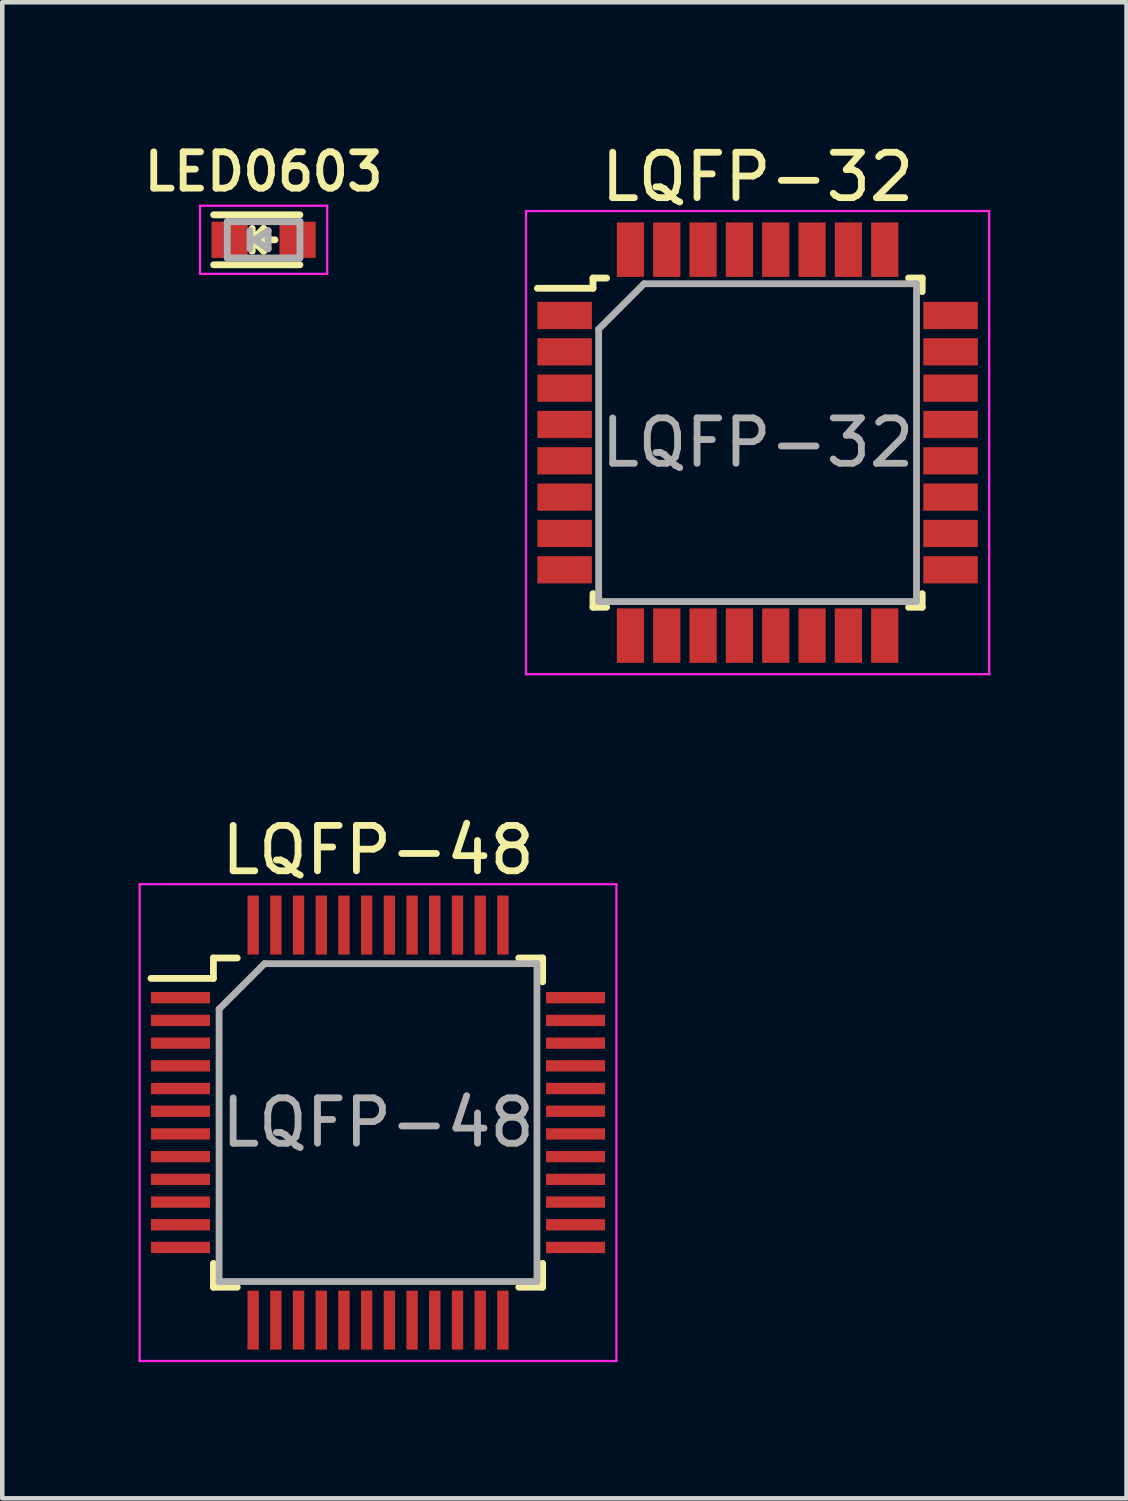
<source format=kicad_pcb>
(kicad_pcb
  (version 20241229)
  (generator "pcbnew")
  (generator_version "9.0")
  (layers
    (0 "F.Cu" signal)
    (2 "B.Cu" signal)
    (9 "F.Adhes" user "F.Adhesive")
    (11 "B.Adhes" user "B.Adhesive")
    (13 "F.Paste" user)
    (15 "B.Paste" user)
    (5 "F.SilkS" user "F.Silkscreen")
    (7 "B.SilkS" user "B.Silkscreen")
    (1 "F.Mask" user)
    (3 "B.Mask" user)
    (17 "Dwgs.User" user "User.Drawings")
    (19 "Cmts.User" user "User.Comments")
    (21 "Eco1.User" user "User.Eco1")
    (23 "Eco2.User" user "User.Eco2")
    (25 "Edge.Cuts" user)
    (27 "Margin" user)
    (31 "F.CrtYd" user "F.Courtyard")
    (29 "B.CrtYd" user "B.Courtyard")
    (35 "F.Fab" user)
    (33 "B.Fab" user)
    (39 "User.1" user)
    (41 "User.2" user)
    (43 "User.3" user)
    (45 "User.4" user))
  (footprint "LQFP-32"
    (layer "F.Cu")
    (at 13.634 6.698)
    (property "Reference" "LQFP-32" (at 0 -5.85 0) (layer "F.SilkS") (effects (font (size 1 1) (thickness 0.15))))
    (attr smd)
    (fp_line (start -3.625 -3.625) (end -3.625 -3.4) (stroke (width 0.15) (type solid)) (layer "F.SilkS"))
    (fp_line (start -3.625 -3.625) (end -3.325 -3.625) (stroke (width 0.15) (type solid)) (layer "F.SilkS"))
    (fp_line (start -3.625 -3.4) (end -4.85 -3.4) (stroke (width 0.15) (type solid)) (layer "F.SilkS"))
    (fp_line (start -3.625 3.625) (end -3.625 3.325) (stroke (width 0.15) (type solid)) (layer "F.SilkS"))
    (fp_line (start -3.625 3.625) (end -3.325 3.625) (stroke (width 0.15) (type solid)) (layer "F.SilkS"))
    (fp_line (start 3.625 -3.625) (end 3.325 -3.625) (stroke (width 0.15) (type solid)) (layer "F.SilkS"))
    (fp_line (start 3.625 -3.625) (end 3.625 -3.325) (stroke (width 0.15) (type solid)) (layer "F.SilkS"))
    (fp_line (start 3.625 3.625) (end 3.325 3.625) (stroke (width 0.15) (type solid)) (layer "F.SilkS"))
    (fp_line (start 3.625 3.625) (end 3.625 3.325) (stroke (width 0.15) (type solid)) (layer "F.SilkS"))
    (fp_line (start -5.1 -5.1) (end -5.1 5.1) (stroke (width 0.05) (type solid)) (layer "F.CrtYd"))
    (fp_line (start -5.1 -5.1) (end 5.1 -5.1) (stroke (width 0.05) (type solid)) (layer "F.CrtYd"))
    (fp_line (start -5.1 5.1) (end 5.1 5.1) (stroke (width 0.05) (type solid)) (layer "F.CrtYd"))
    (fp_line (start 5.1 -5.1) (end 5.1 5.1) (stroke (width 0.05) (type solid)) (layer "F.CrtYd"))
    (fp_line (start -3.5 -2.5) (end -2.5 -3.5) (stroke (width 0.15) (type solid)) (layer "F.Fab"))
    (fp_line (start -3.5 3.5) (end -3.5 -2.5) (stroke (width 0.15) (type solid)) (layer "F.Fab"))
    (fp_line (start -2.5 -3.5) (end 3.5 -3.5) (stroke (width 0.15) (type solid)) (layer "F.Fab"))
    (fp_line (start 3.5 -3.5) (end 3.5 3.5) (stroke (width 0.15) (type solid)) (layer "F.Fab"))
    (fp_line (start 3.5 3.5) (end -3.5 3.5) (stroke (width 0.15) (type solid)) (layer "F.Fab"))
    (fp_text user "${REFERENCE}" (at 0 0 0) (layer "F.Fab") (effects (font (size 1 1) (thickness 0.15))))
    (pad "1" smd rect (at -4.25 -2.8) (size 1.2 0.6) (layers "F.Cu" "F.Mask" "F.Paste"))
    (pad "2" smd rect (at -4.25 -2) (size 1.2 0.6) (layers "F.Cu" "F.Mask" "F.Paste"))
    (pad "3" smd rect (at -4.25 -1.2) (size 1.2 0.6) (layers "F.Cu" "F.Mask" "F.Paste"))
    (pad "4" smd rect (at -4.25 -0.4) (size 1.2 0.6) (layers "F.Cu" "F.Mask" "F.Paste"))
    (pad "5" smd rect (at -4.25 0.4) (size 1.2 0.6) (layers "F.Cu" "F.Mask" "F.Paste"))
    (pad "6" smd rect (at -4.25 1.2) (size 1.2 0.6) (layers "F.Cu" "F.Mask" "F.Paste"))
    (pad "7" smd rect (at -4.25 2) (size 1.2 0.6) (layers "F.Cu" "F.Mask" "F.Paste"))
    (pad "8" smd rect (at -4.25 2.8) (size 1.2 0.6) (layers "F.Cu" "F.Mask" "F.Paste"))
    (pad "9" smd rect (at -2.8 4.25 90) (size 1.2 0.6) (layers "F.Cu" "F.Mask" "F.Paste"))
    (pad "10" smd rect (at -2 4.25 90) (size 1.2 0.6) (layers "F.Cu" "F.Mask" "F.Paste"))
    (pad "11" smd rect (at -1.2 4.25 90) (size 1.2 0.6) (layers "F.Cu" "F.Mask" "F.Paste"))
    (pad "12" smd rect (at -0.4 4.25 90) (size 1.2 0.6) (layers "F.Cu" "F.Mask" "F.Paste"))
    (pad "13" smd rect (at 0.4 4.25 90) (size 1.2 0.6) (layers "F.Cu" "F.Mask" "F.Paste"))
    (pad "14" smd rect (at 1.2 4.25 90) (size 1.2 0.6) (layers "F.Cu" "F.Mask" "F.Paste"))
    (pad "15" smd rect (at 2 4.25 90) (size 1.2 0.6) (layers "F.Cu" "F.Mask" "F.Paste"))
    (pad "16" smd rect (at 2.8 4.25 90) (size 1.2 0.6) (layers "F.Cu" "F.Mask" "F.Paste"))
    (pad "17" smd rect (at 4.25 2.8) (size 1.2 0.6) (layers "F.Cu" "F.Mask" "F.Paste"))
    (pad "18" smd rect (at 4.25 2) (size 1.2 0.6) (layers "F.Cu" "F.Mask" "F.Paste"))
    (pad "19" smd rect (at 4.25 1.2) (size 1.2 0.6) (layers "F.Cu" "F.Mask" "F.Paste"))
    (pad "20" smd rect (at 4.25 0.4) (size 1.2 0.6) (layers "F.Cu" "F.Mask" "F.Paste"))
    (pad "21" smd rect (at 4.25 -0.4) (size 1.2 0.6) (layers "F.Cu" "F.Mask" "F.Paste"))
    (pad "22" smd rect (at 4.25 -1.2) (size 1.2 0.6) (layers "F.Cu" "F.Mask" "F.Paste"))
    (pad "23" smd rect (at 4.25 -2) (size 1.2 0.6) (layers "F.Cu" "F.Mask" "F.Paste"))
    (pad "24" smd rect (at 4.25 -2.8) (size 1.2 0.6) (layers "F.Cu" "F.Mask" "F.Paste"))
    (pad "25" smd rect (at 2.8 -4.25 90) (size 1.2 0.6) (layers "F.Cu" "F.Mask" "F.Paste"))
    (pad "26" smd rect (at 2 -4.25 90) (size 1.2 0.6) (layers "F.Cu" "F.Mask" "F.Paste"))
    (pad "27" smd rect (at 1.2 -4.25 90) (size 1.2 0.6) (layers "F.Cu" "F.Mask" "F.Paste"))
    (pad "28" smd rect (at 0.4 -4.25 90) (size 1.2 0.6) (layers "F.Cu" "F.Mask" "F.Paste"))
    (pad "29" smd rect (at -0.4 -4.25 90) (size 1.2 0.6) (layers "F.Cu" "F.Mask" "F.Paste"))
    (pad "30" smd rect (at -1.2 -4.25 90) (size 1.2 0.6) (layers "F.Cu" "F.Mask" "F.Paste"))
    (pad "31" smd rect (at -2 -4.25 90) (size 1.2 0.6) (layers "F.Cu" "F.Mask" "F.Paste"))
    (pad "32" smd rect (at -2.8 -4.25 90) (size 1.2 0.6) (layers "F.Cu" "F.Mask" "F.Paste")))
  (footprint "LQFP-48"
    (layer "F.Cu")
    (at 5.275 21.672)
    (property "Reference" "LQFP-48" (at 0 -6 0) (layer "F.SilkS") (effects (font (size 1 1) (thickness 0.15))))
    (attr smd)
    (fp_line (start -3.625 -3.625) (end -3.625 -3.175) (stroke (width 0.15) (type solid)) (layer "F.SilkS"))
    (fp_line (start -3.625 -3.625) (end -3.1 -3.625) (stroke (width 0.15) (type solid)) (layer "F.SilkS"))
    (fp_line (start -3.625 -3.175) (end -5 -3.175) (stroke (width 0.15) (type solid)) (layer "F.SilkS"))
    (fp_line (start -3.625 3.625) (end -3.625 3.1) (stroke (width 0.15) (type solid)) (layer "F.SilkS"))
    (fp_line (start -3.625 3.625) (end -3.1 3.625) (stroke (width 0.15) (type solid)) (layer "F.SilkS"))
    (fp_line (start 3.625 -3.625) (end 3.1 -3.625) (stroke (width 0.15) (type solid)) (layer "F.SilkS"))
    (fp_line (start 3.625 -3.625) (end 3.625 -3.1) (stroke (width 0.15) (type solid)) (layer "F.SilkS"))
    (fp_line (start 3.625 3.625) (end 3.1 3.625) (stroke (width 0.15) (type solid)) (layer "F.SilkS"))
    (fp_line (start 3.625 3.625) (end 3.625 3.1) (stroke (width 0.15) (type solid)) (layer "F.SilkS"))
    (fp_line (start -5.25 -5.25) (end -5.25 5.25) (stroke (width 0.05) (type solid)) (layer "F.CrtYd"))
    (fp_line (start -5.25 -5.25) (end 5.25 -5.25) (stroke (width 0.05) (type solid)) (layer "F.CrtYd"))
    (fp_line (start -5.25 5.25) (end 5.25 5.25) (stroke (width 0.05) (type solid)) (layer "F.CrtYd"))
    (fp_line (start 5.25 -5.25) (end 5.25 5.25) (stroke (width 0.05) (type solid)) (layer "F.CrtYd"))
    (fp_line (start -3.5 -2.5) (end -2.5 -3.5) (stroke (width 0.15) (type solid)) (layer "F.Fab"))
    (fp_line (start -3.5 3.5) (end -3.5 -2.5) (stroke (width 0.15) (type solid)) (layer "F.Fab"))
    (fp_line (start -2.5 -3.5) (end 3.5 -3.5) (stroke (width 0.15) (type solid)) (layer "F.Fab"))
    (fp_line (start 3.5 -3.5) (end 3.5 3.5) (stroke (width 0.15) (type solid)) (layer "F.Fab"))
    (fp_line (start 3.5 3.5) (end -3.5 3.5) (stroke (width 0.15) (type solid)) (layer "F.Fab"))
    (fp_text user "${REFERENCE}" (at 0 0 0) (layer "F.Fab") (effects (font (size 1 1) (thickness 0.15))))
    (pad "1" smd rect (at -4.35 -2.75) (size 1.3 0.25) (layers "F.Cu" "F.Mask" "F.Paste"))
    (pad "2" smd rect (at -4.35 -2.25) (size 1.3 0.25) (layers "F.Cu" "F.Mask" "F.Paste"))
    (pad "3" smd rect (at -4.35 -1.75) (size 1.3 0.25) (layers "F.Cu" "F.Mask" "F.Paste"))
    (pad "4" smd rect (at -4.35 -1.25) (size 1.3 0.25) (layers "F.Cu" "F.Mask" "F.Paste"))
    (pad "5" smd rect (at -4.35 -0.75) (size 1.3 0.25) (layers "F.Cu" "F.Mask" "F.Paste"))
    (pad "6" smd rect (at -4.35 -0.25) (size 1.3 0.25) (layers "F.Cu" "F.Mask" "F.Paste"))
    (pad "7" smd rect (at -4.35 0.25) (size 1.3 0.25) (layers "F.Cu" "F.Mask" "F.Paste"))
    (pad "8" smd rect (at -4.35 0.75) (size 1.3 0.25) (layers "F.Cu" "F.Mask" "F.Paste"))
    (pad "9" smd rect (at -4.35 1.25) (size 1.3 0.25) (layers "F.Cu" "F.Mask" "F.Paste"))
    (pad "10" smd rect (at -4.35 1.75) (size 1.3 0.25) (layers "F.Cu" "F.Mask" "F.Paste"))
    (pad "11" smd rect (at -4.35 2.25) (size 1.3 0.25) (layers "F.Cu" "F.Mask" "F.Paste"))
    (pad "12" smd rect (at -4.35 2.75) (size 1.3 0.25) (layers "F.Cu" "F.Mask" "F.Paste"))
    (pad "13" smd rect (at -2.75 4.35 90) (size 1.3 0.25) (layers "F.Cu" "F.Mask" "F.Paste"))
    (pad "14" smd rect (at -2.25 4.35 90) (size 1.3 0.25) (layers "F.Cu" "F.Mask" "F.Paste"))
    (pad "15" smd rect (at -1.75 4.35 90) (size 1.3 0.25) (layers "F.Cu" "F.Mask" "F.Paste"))
    (pad "16" smd rect (at -1.25 4.35 90) (size 1.3 0.25) (layers "F.Cu" "F.Mask" "F.Paste"))
    (pad "17" smd rect (at -0.75 4.35 90) (size 1.3 0.25) (layers "F.Cu" "F.Mask" "F.Paste"))
    (pad "18" smd rect (at -0.25 4.35 90) (size 1.3 0.25) (layers "F.Cu" "F.Mask" "F.Paste"))
    (pad "19" smd rect (at 0.25 4.35 90) (size 1.3 0.25) (layers "F.Cu" "F.Mask" "F.Paste"))
    (pad "20" smd rect (at 0.75 4.35 90) (size 1.3 0.25) (layers "F.Cu" "F.Mask" "F.Paste"))
    (pad "21" smd rect (at 1.25 4.35 90) (size 1.3 0.25) (layers "F.Cu" "F.Mask" "F.Paste"))
    (pad "22" smd rect (at 1.75 4.35 90) (size 1.3 0.25) (layers "F.Cu" "F.Mask" "F.Paste"))
    (pad "23" smd rect (at 2.25 4.35 90) (size 1.3 0.25) (layers "F.Cu" "F.Mask" "F.Paste"))
    (pad "24" smd rect (at 2.75 4.35 90) (size 1.3 0.25) (layers "F.Cu" "F.Mask" "F.Paste"))
    (pad "25" smd rect (at 4.35 2.75) (size 1.3 0.25) (layers "F.Cu" "F.Mask" "F.Paste"))
    (pad "26" smd rect (at 4.35 2.25) (size 1.3 0.25) (layers "F.Cu" "F.Mask" "F.Paste"))
    (pad "27" smd rect (at 4.35 1.75) (size 1.3 0.25) (layers "F.Cu" "F.Mask" "F.Paste"))
    (pad "28" smd rect (at 4.35 1.25) (size 1.3 0.25) (layers "F.Cu" "F.Mask" "F.Paste"))
    (pad "29" smd rect (at 4.35 0.75) (size 1.3 0.25) (layers "F.Cu" "F.Mask" "F.Paste"))
    (pad "30" smd rect (at 4.35 0.25) (size 1.3 0.25) (layers "F.Cu" "F.Mask" "F.Paste"))
    (pad "31" smd rect (at 4.35 -0.25) (size 1.3 0.25) (layers "F.Cu" "F.Mask" "F.Paste"))
    (pad "32" smd rect (at 4.35 -0.75) (size 1.3 0.25) (layers "F.Cu" "F.Mask" "F.Paste"))
    (pad "33" smd rect (at 4.35 -1.25) (size 1.3 0.25) (layers "F.Cu" "F.Mask" "F.Paste"))
    (pad "34" smd rect (at 4.35 -1.75) (size 1.3 0.25) (layers "F.Cu" "F.Mask" "F.Paste"))
    (pad "35" smd rect (at 4.35 -2.25) (size 1.3 0.25) (layers "F.Cu" "F.Mask" "F.Paste"))
    (pad "36" smd rect (at 4.35 -2.75) (size 1.3 0.25) (layers "F.Cu" "F.Mask" "F.Paste"))
    (pad "37" smd rect (at 2.75 -4.35 90) (size 1.3 0.25) (layers "F.Cu" "F.Mask" "F.Paste"))
    (pad "38" smd rect (at 2.25 -4.35 90) (size 1.3 0.25) (layers "F.Cu" "F.Mask" "F.Paste"))
    (pad "39" smd rect (at 1.75 -4.35 90) (size 1.3 0.25) (layers "F.Cu" "F.Mask" "F.Paste"))
    (pad "40" smd rect (at 1.25 -4.35 90) (size 1.3 0.25) (layers "F.Cu" "F.Mask" "F.Paste"))
    (pad "41" smd rect (at 0.75 -4.35 90) (size 1.3 0.25) (layers "F.Cu" "F.Mask" "F.Paste"))
    (pad "42" smd rect (at 0.25 -4.35 90) (size 1.3 0.25) (layers "F.Cu" "F.Mask" "F.Paste"))
    (pad "43" smd rect (at -0.25 -4.35 90) (size 1.3 0.25) (layers "F.Cu" "F.Mask" "F.Paste"))
    (pad "44" smd rect (at -0.75 -4.35 90) (size 1.3 0.25) (layers "F.Cu" "F.Mask" "F.Paste"))
    (pad "45" smd rect (at -1.25 -4.35 90) (size 1.3 0.25) (layers "F.Cu" "F.Mask" "F.Paste"))
    (pad "46" smd rect (at -1.75 -4.35 90) (size 1.3 0.25) (layers "F.Cu" "F.Mask" "F.Paste"))
    (pad "47" smd rect (at -2.25 -4.35 90) (size 1.3 0.25) (layers "F.Cu" "F.Mask" "F.Paste"))
    (pad "48" smd rect (at -2.75 -4.35 90) (size 1.3 0.25) (layers "F.Cu" "F.Mask" "F.Paste")))
  (footprint "LED0603"
    (layer "F.Cu")
    (at 2.755 2.231)
    (property "Reference" "LED0603" (at 0 -1.5 0) (layer "F.SilkS") (effects (font (size 0.8 0.8) (thickness 0.15))))
    (attr smd)
    (fp_line (start -1.1 -0.55) (end 0.8 -0.55) (stroke (width 0.15) (type solid)) (layer "F.SilkS"))
    (fp_line (start -1.1 0.55) (end 0.8 0.55) (stroke (width 0.15) (type solid)) (layer "F.SilkS"))
    (fp_line (start -0.25 -0.25) (end -0.25 0.25) (stroke (width 0.15) (type solid)) (layer "F.SilkS"))
    (fp_line (start -0.25 0) (end 0 -0.25) (stroke (width 0.15) (type solid)) (layer "F.SilkS"))
    (fp_line (start -0.2 0) (end 0.25 0) (stroke (width 0.15) (type solid)) (layer "F.SilkS"))
    (fp_line (start 0 -0.25) (end 0 0.25) (stroke (width 0.15) (type solid)) (layer "F.SilkS"))
    (fp_line (start 0 0.25) (end -0.25 0) (stroke (width 0.15) (type solid)) (layer "F.SilkS"))
    (fp_line (start -1.4 -0.75) (end 1.4 -0.75) (stroke (width 0.05) (type solid)) (layer "F.CrtYd"))
    (fp_line (start -1.4 0.75) (end -1.4 -0.75) (stroke (width 0.05) (type solid)) (layer "F.CrtYd"))
    (fp_line (start 1.4 -0.75) (end 1.4 0.75) (stroke (width 0.05) (type solid)) (layer "F.CrtYd"))
    (fp_line (start 1.4 0.75) (end -1.4 0.75) (stroke (width 0.05) (type solid)) (layer "F.CrtYd"))
    (fp_line (start -0.8 -0.4) (end 0.8 -0.4) (stroke (width 0.15) (type solid)) (layer "F.Fab"))
    (fp_line (start -0.8 0.4) (end -0.8 -0.4) (stroke (width 0.15) (type solid)) (layer "F.Fab"))
    (fp_line (start -0.3 -0.2) (end -0.3 0.2) (stroke (width 0.15) (type solid)) (layer "F.Fab"))
    (fp_line (start -0.2 0) (end 0.1 -0.2) (stroke (width 0.15) (type solid)) (layer "F.Fab"))
    (fp_line (start 0.1 -0.2) (end 0.1 0.2) (stroke (width 0.15) (type solid)) (layer "F.Fab"))
    (fp_line (start 0.1 0.2) (end -0.2 0) (stroke (width 0.15) (type solid)) (layer "F.Fab"))
    (fp_line (start 0.8 -0.4) (end 0.8 0.4) (stroke (width 0.15) (type solid)) (layer "F.Fab"))
    (fp_line (start 0.8 0.4) (end -0.8 0.4) (stroke (width 0.15) (type solid)) (layer "F.Fab"))
    (pad "A" smd rect (at 0.749 0 180) (size 0.798 0.798) (layers "F.Cu" "F.Mask" "F.Paste"))
    (pad "C" smd rect (at -0.749 0 180) (size 0.798 0.798) (layers "F.Cu" "F.Mask" "F.Paste")))
  (gr_rect
    (start -3 -3)
    (end 21.759 29.947)
    (stroke (width 0.1) (type default))
    (fill no)
    (layer "Edge.Cuts")))
</source>
